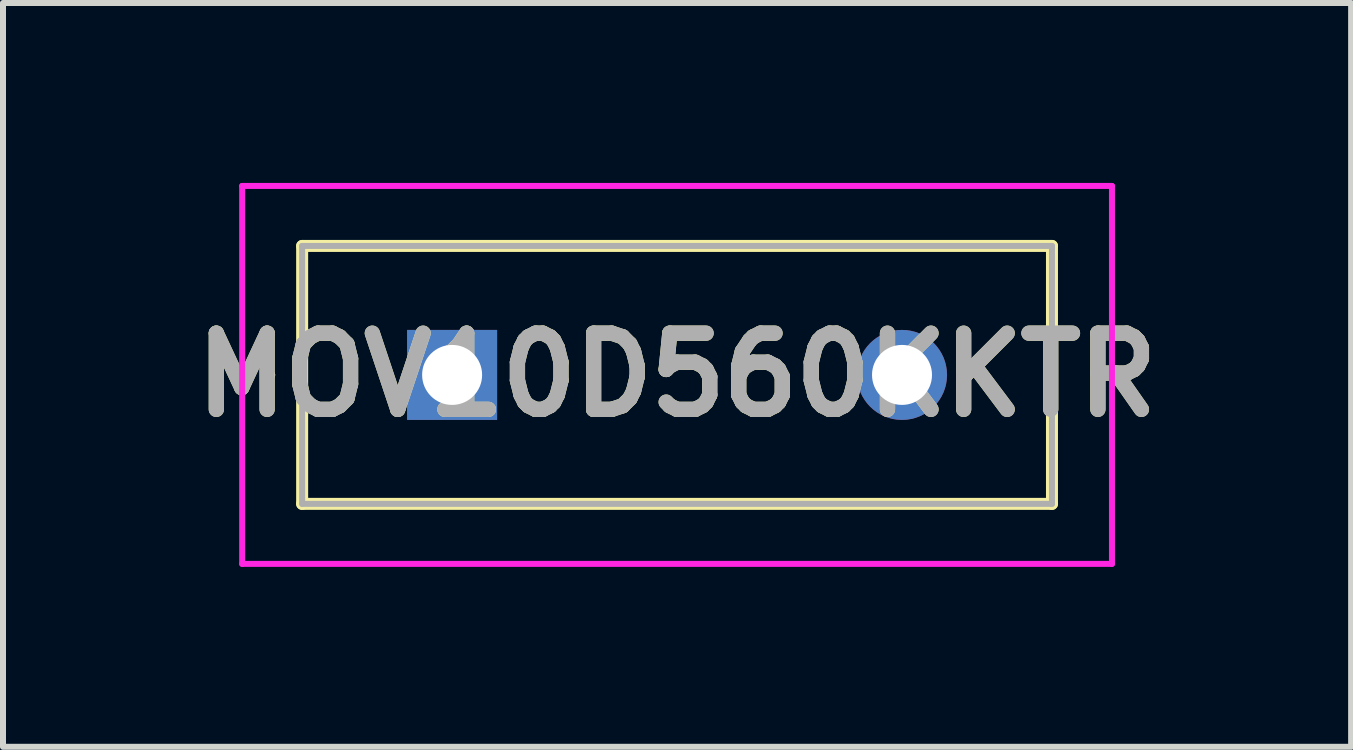
<source format=kicad_pcb>
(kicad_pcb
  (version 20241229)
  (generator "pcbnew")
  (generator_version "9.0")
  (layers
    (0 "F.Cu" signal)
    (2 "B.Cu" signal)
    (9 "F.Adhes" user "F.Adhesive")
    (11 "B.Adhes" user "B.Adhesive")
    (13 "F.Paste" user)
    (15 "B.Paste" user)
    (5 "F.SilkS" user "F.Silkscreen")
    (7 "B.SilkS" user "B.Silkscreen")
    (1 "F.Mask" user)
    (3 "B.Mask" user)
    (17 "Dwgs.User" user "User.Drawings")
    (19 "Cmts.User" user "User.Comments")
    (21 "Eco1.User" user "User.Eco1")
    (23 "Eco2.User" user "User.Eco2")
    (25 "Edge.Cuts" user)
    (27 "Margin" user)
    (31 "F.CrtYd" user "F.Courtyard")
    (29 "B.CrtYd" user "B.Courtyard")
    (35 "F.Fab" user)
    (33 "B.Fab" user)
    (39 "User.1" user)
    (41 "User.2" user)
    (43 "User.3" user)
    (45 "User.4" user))
  (footprint "MOV10D560KKTR"
    (layer "F.Cu")
    (at 4.487 3.2)
    (property "Reference" "MOV10D560KKTR" (at 3.75 0 0) (layer "F.SilkS") (effects (font (size 1.27 1.27) (thickness 0.254))))
    (attr through_hole)
    (fp_line (start -3.1 0) (end -3.1 0) (stroke (width 0.1) (type solid)) (layer "F.SilkS"))
    (fp_line (start -3 0) (end -3 0) (stroke (width 0.1) (type solid)) (layer "F.SilkS"))
    (fp_line (start -2.5 -2.15) (end 10 -2.15) (stroke (width 0.2) (type solid)) (layer "F.SilkS"))
    (fp_line (start -2.5 2.15) (end -2.5 -2.15) (stroke (width 0.2) (type solid)) (layer "F.SilkS"))
    (fp_line (start 10 -2.15) (end 10 2.15) (stroke (width 0.2) (type solid)) (layer "F.SilkS"))
    (fp_line (start 10 2.15) (end -2.5 2.15) (stroke (width 0.2) (type solid)) (layer "F.SilkS"))
    (fp_arc (start -3.1 0) (mid -3.05 -0.05) (end -3 0) (stroke (width 0.1) (type solid)) (layer "F.SilkS"))
    (fp_arc (start -3 0) (mid -3.05 0.05) (end -3.1 0) (stroke (width 0.1) (type solid)) (layer "F.SilkS"))
    (fp_line (start -3.5 -3.15) (end 11 -3.15) (stroke (width 0.1) (type solid)) (layer "F.CrtYd"))
    (fp_line (start -3.5 3.15) (end -3.5 -3.15) (stroke (width 0.1) (type solid)) (layer "F.CrtYd"))
    (fp_line (start 11 -3.15) (end 11 3.15) (stroke (width 0.1) (type solid)) (layer "F.CrtYd"))
    (fp_line (start 11 3.15) (end -3.5 3.15) (stroke (width 0.1) (type solid)) (layer "F.CrtYd"))
    (fp_line (start -2.5 -2.15) (end -2.5 2.15) (stroke (width 0.1) (type solid)) (layer "F.Fab"))
    (fp_line (start -2.5 2.15) (end 10 2.15) (stroke (width 0.1) (type solid)) (layer "F.Fab"))
    (fp_line (start 10 -2.15) (end -2.5 -2.15) (stroke (width 0.1) (type solid)) (layer "F.Fab"))
    (fp_line (start 10 2.15) (end 10 -2.15) (stroke (width 0.1) (type solid)) (layer "F.Fab"))
    (fp_text user "${REFERENCE}" (at 3.75 0 0) (layer "F.Fab") (effects (font (size 1.27 1.27) (thickness 0.254))))
    (pad "1" thru_hole rect (at 0 0) (size 1.5 1.5) (drill 1) (layers "*.Cu" "*.Mask"))
    (pad "2" thru_hole circle (at 7.5 0) (size 1.5 1.5) (drill 1) (layers "*.Cu" "*.Mask")))
  (gr_rect
    (start -3 -3)
    (end 19.474 9.4)
    (stroke (width 0.1) (type default))
    (fill no)
    (layer "Edge.Cuts")))
</source>
